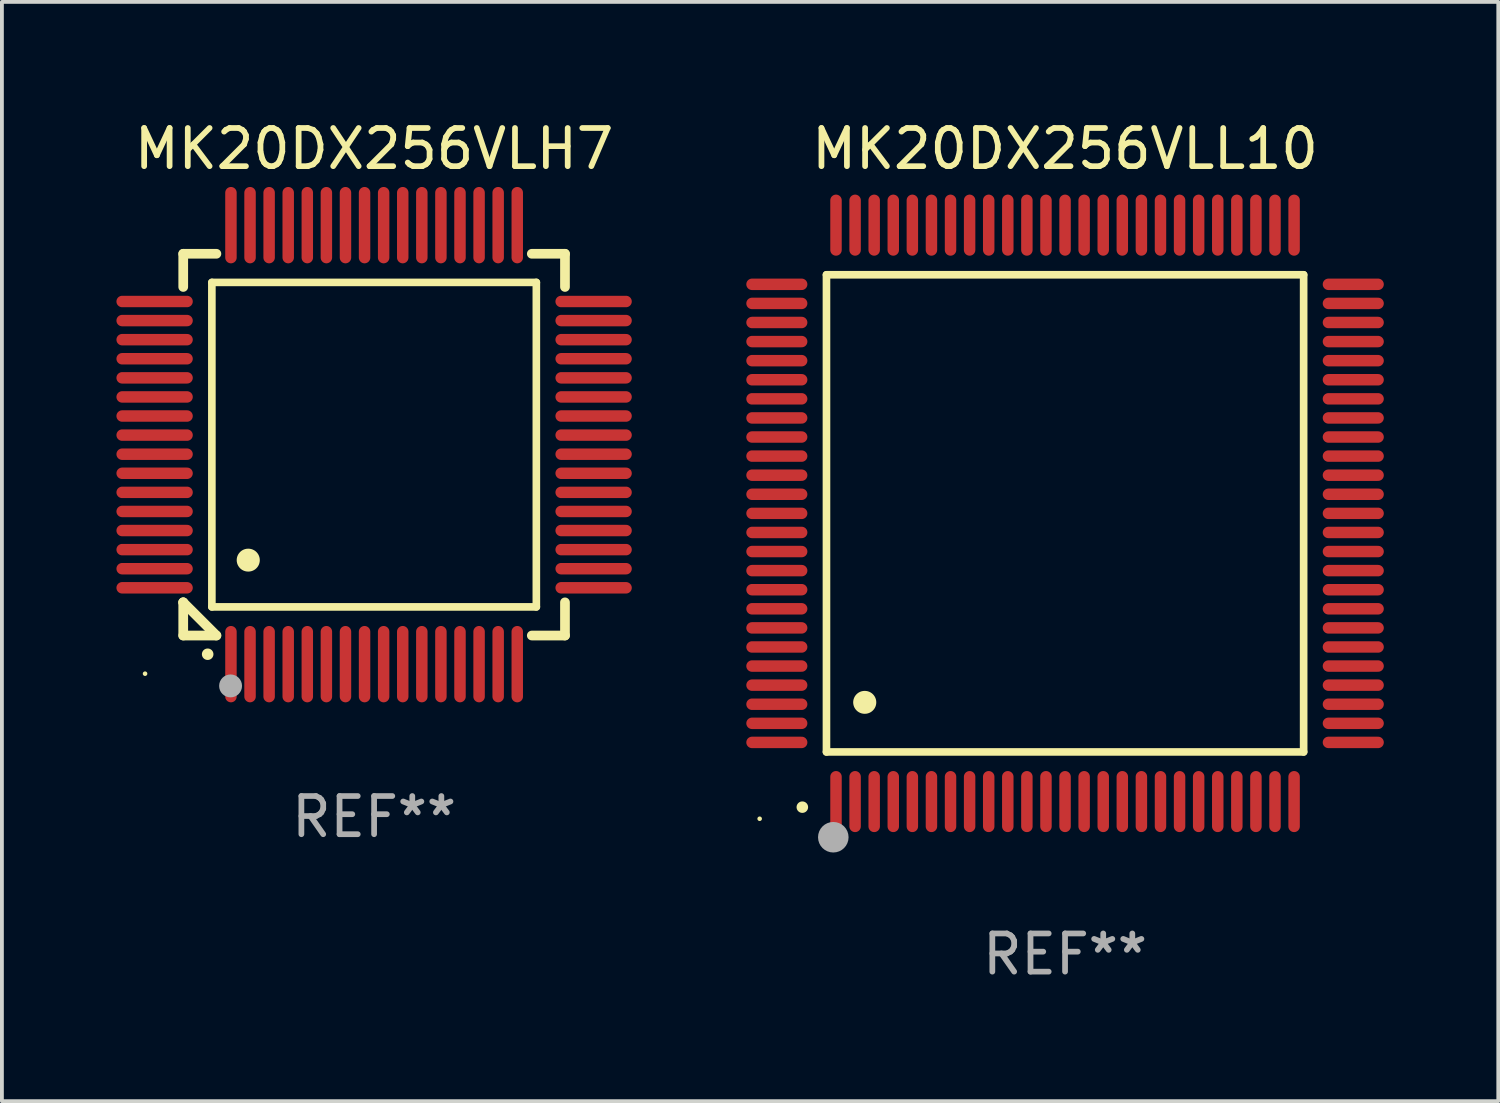
<source format=kicad_pcb>
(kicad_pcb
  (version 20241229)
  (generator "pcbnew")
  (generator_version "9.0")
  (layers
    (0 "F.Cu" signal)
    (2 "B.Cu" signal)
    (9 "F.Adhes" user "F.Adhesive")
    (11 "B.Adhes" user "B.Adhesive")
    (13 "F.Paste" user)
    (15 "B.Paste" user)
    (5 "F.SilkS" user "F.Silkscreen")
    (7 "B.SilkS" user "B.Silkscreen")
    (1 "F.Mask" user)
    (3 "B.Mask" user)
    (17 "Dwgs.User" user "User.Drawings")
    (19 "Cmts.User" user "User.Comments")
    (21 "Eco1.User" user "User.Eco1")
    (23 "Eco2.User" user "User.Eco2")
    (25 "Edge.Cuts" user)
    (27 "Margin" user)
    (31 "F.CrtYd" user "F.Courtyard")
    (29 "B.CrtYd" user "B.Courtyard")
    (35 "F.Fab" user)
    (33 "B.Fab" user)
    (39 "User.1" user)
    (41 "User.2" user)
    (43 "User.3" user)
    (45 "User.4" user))
  (footprint "MK20DX256VLL10"
    (layer "F.Cu")
    (at 24.85 10.398)
    (property "Reference" "MK20DX256VLL10" (at 0 -9.55 0) (layer "F.SilkS") (effects (font (size 1 1) (thickness 0.15))))
    (attr through_hole)
    (fp_line (start -6.25 -6.25) (end -6.25 6.25) (stroke (width 0.2) (type solid)) (layer "F.SilkS"))
    (fp_line (start -6.25 6.25) (end 6.25 6.25) (stroke (width 0.2) (type solid)) (layer "F.SilkS"))
    (fp_line (start 6.25 -6.25) (end -6.25 -6.25) (stroke (width 0.2) (type solid)) (layer "F.SilkS"))
    (fp_line (start 6.25 6.25) (end 6.25 -6.25) (stroke (width 0.2) (type solid)) (layer "F.SilkS"))
    (fp_arc (start -6.883414 7.696215) (mid -6.882144 7.69621) (end -6.880874 7.696215) (stroke (width 0.3) (type solid)) (layer "F.SilkS"))
    (fp_arc (start -5.250191 4.95047) (mid -5.247651 4.950459) (end -5.245111 4.95047) (stroke (width 0.6) (type solid)) (layer "F.SilkS"))
    (fp_circle (center -8 8) (end -7.97 8) (stroke (width 0.06) (type solid)) (fill no) (layer "F.SilkS"))
    (fp_circle (center -6.071 8.484) (end -5.871 8.484) (stroke (width 0.4) (type solid)) (fill no) (layer "F.Fab"))
    (fp_text user "REF**" (at 0 11.55 0) (layer "F.Fab") (effects (font (size 1 1) (thickness 0.15))))
    (pad "1" smd oval (at -6 7.55) (size 0.3 1.6) (layers "F.Cu" "F.Mask" "F.Paste"))
    (pad "2" smd oval (at -5.5 7.55) (size 0.3 1.6) (layers "F.Cu" "F.Mask" "F.Paste"))
    (pad "3" smd oval (at -5 7.55) (size 0.3 1.6) (layers "F.Cu" "F.Mask" "F.Paste"))
    (pad "4" smd oval (at -4.5 7.55) (size 0.3 1.6) (layers "F.Cu" "F.Mask" "F.Paste"))
    (pad "5" smd oval (at -4 7.55) (size 0.3 1.6) (layers "F.Cu" "F.Mask" "F.Paste"))
    (pad "6" smd oval (at -3.5 7.55) (size 0.3 1.6) (layers "F.Cu" "F.Mask" "F.Paste"))
    (pad "7" smd oval (at -3 7.55) (size 0.3 1.6) (layers "F.Cu" "F.Mask" "F.Paste"))
    (pad "8" smd oval (at -2.5 7.55) (size 0.3 1.6) (layers "F.Cu" "F.Mask" "F.Paste"))
    (pad "9" smd oval (at -2 7.55) (size 0.3 1.6) (layers "F.Cu" "F.Mask" "F.Paste"))
    (pad "10" smd oval (at -1.5 7.55) (size 0.3 1.6) (layers "F.Cu" "F.Mask" "F.Paste"))
    (pad "11" smd oval (at -1 7.55) (size 0.3 1.6) (layers "F.Cu" "F.Mask" "F.Paste"))
    (pad "12" smd oval (at -0.5 7.55) (size 0.3 1.6) (layers "F.Cu" "F.Mask" "F.Paste"))
    (pad "13" smd oval (at 0 7.55) (size 0.3 1.6) (layers "F.Cu" "F.Mask" "F.Paste"))
    (pad "14" smd oval (at 0.5 7.55) (size 0.3 1.6) (layers "F.Cu" "F.Mask" "F.Paste"))
    (pad "15" smd oval (at 1 7.55) (size 0.3 1.6) (layers "F.Cu" "F.Mask" "F.Paste"))
    (pad "16" smd oval (at 1.5 7.55) (size 0.3 1.6) (layers "F.Cu" "F.Mask" "F.Paste"))
    (pad "17" smd oval (at 2 7.55) (size 0.3 1.6) (layers "F.Cu" "F.Mask" "F.Paste"))
    (pad "18" smd oval (at 2.5 7.55) (size 0.3 1.6) (layers "F.Cu" "F.Mask" "F.Paste"))
    (pad "19" smd oval (at 3 7.55) (size 0.3 1.6) (layers "F.Cu" "F.Mask" "F.Paste"))
    (pad "20" smd oval (at 3.5 7.55) (size 0.3 1.6) (layers "F.Cu" "F.Mask" "F.Paste"))
    (pad "21" smd oval (at 4 7.55) (size 0.3 1.6) (layers "F.Cu" "F.Mask" "F.Paste"))
    (pad "22" smd oval (at 4.5 7.55) (size 0.3 1.6) (layers "F.Cu" "F.Mask" "F.Paste"))
    (pad "23" smd oval (at 5 7.55) (size 0.3 1.6) (layers "F.Cu" "F.Mask" "F.Paste"))
    (pad "24" smd oval (at 5.5 7.55) (size 0.3 1.6) (layers "F.Cu" "F.Mask" "F.Paste"))
    (pad "25" smd oval (at 6 7.55) (size 0.3 1.6) (layers "F.Cu" "F.Mask" "F.Paste"))
    (pad "26" smd oval (at 7.55 6) (size 1.6 0.3) (layers "F.Cu" "F.Mask" "F.Paste"))
    (pad "27" smd oval (at 7.55 5.5) (size 1.6 0.3) (layers "F.Cu" "F.Mask" "F.Paste"))
    (pad "28" smd oval (at 7.55 5) (size 1.6 0.3) (layers "F.Cu" "F.Mask" "F.Paste"))
    (pad "29" smd oval (at 7.55 4.5) (size 1.6 0.3) (layers "F.Cu" "F.Mask" "F.Paste"))
    (pad "30" smd oval (at 7.55 4) (size 1.6 0.3) (layers "F.Cu" "F.Mask" "F.Paste"))
    (pad "31" smd oval (at 7.55 3.5) (size 1.6 0.3) (layers "F.Cu" "F.Mask" "F.Paste"))
    (pad "32" smd oval (at 7.55 3) (size 1.6 0.3) (layers "F.Cu" "F.Mask" "F.Paste"))
    (pad "33" smd oval (at 7.55 2.5) (size 1.6 0.3) (layers "F.Cu" "F.Mask" "F.Paste"))
    (pad "34" smd oval (at 7.55 2) (size 1.6 0.3) (layers "F.Cu" "F.Mask" "F.Paste"))
    (pad "35" smd oval (at 7.55 1.5) (size 1.6 0.3) (layers "F.Cu" "F.Mask" "F.Paste"))
    (pad "36" smd oval (at 7.55 1) (size 1.6 0.3) (layers "F.Cu" "F.Mask" "F.Paste"))
    (pad "37" smd oval (at 7.55 0.5) (size 1.6 0.3) (layers "F.Cu" "F.Mask" "F.Paste"))
    (pad "38" smd oval (at 7.55 0) (size 1.6 0.3) (layers "F.Cu" "F.Mask" "F.Paste"))
    (pad "39" smd oval (at 7.55 -0.5) (size 1.6 0.3) (layers "F.Cu" "F.Mask" "F.Paste"))
    (pad "40" smd oval (at 7.55 -1) (size 1.6 0.3) (layers "F.Cu" "F.Mask" "F.Paste"))
    (pad "41" smd oval (at 7.55 -1.5) (size 1.6 0.3) (layers "F.Cu" "F.Mask" "F.Paste"))
    (pad "42" smd oval (at 7.55 -2) (size 1.6 0.3) (layers "F.Cu" "F.Mask" "F.Paste"))
    (pad "43" smd oval (at 7.55 -2.5) (size 1.6 0.3) (layers "F.Cu" "F.Mask" "F.Paste"))
    (pad "44" smd oval (at 7.55 -3) (size 1.6 0.3) (layers "F.Cu" "F.Mask" "F.Paste"))
    (pad "45" smd oval (at 7.55 -3.5) (size 1.6 0.3) (layers "F.Cu" "F.Mask" "F.Paste"))
    (pad "46" smd oval (at 7.55 -4) (size 1.6 0.3) (layers "F.Cu" "F.Mask" "F.Paste"))
    (pad "47" smd oval (at 7.55 -4.5) (size 1.6 0.3) (layers "F.Cu" "F.Mask" "F.Paste"))
    (pad "48" smd oval (at 7.55 -5) (size 1.6 0.3) (layers "F.Cu" "F.Mask" "F.Paste"))
    (pad "49" smd oval (at 7.55 -5.5) (size 1.6 0.3) (layers "F.Cu" "F.Mask" "F.Paste"))
    (pad "50" smd oval (at 7.55 -6) (size 1.6 0.3) (layers "F.Cu" "F.Mask" "F.Paste"))
    (pad "51" smd oval (at 6 -7.55) (size 0.3 1.6) (layers "F.Cu" "F.Mask" "F.Paste"))
    (pad "52" smd oval (at 5.5 -7.55) (size 0.3 1.6) (layers "F.Cu" "F.Mask" "F.Paste"))
    (pad "53" smd oval (at 5 -7.55) (size 0.3 1.6) (layers "F.Cu" "F.Mask" "F.Paste"))
    (pad "54" smd oval (at 4.5 -7.55) (size 0.3 1.6) (layers "F.Cu" "F.Mask" "F.Paste"))
    (pad "55" smd oval (at 4 -7.55) (size 0.3 1.6) (layers "F.Cu" "F.Mask" "F.Paste"))
    (pad "56" smd oval (at 3.5 -7.55) (size 0.3 1.6) (layers "F.Cu" "F.Mask" "F.Paste"))
    (pad "57" smd oval (at 3 -7.55) (size 0.3 1.6) (layers "F.Cu" "F.Mask" "F.Paste"))
    (pad "58" smd oval (at 2.5 -7.55) (size 0.3 1.6) (layers "F.Cu" "F.Mask" "F.Paste"))
    (pad "59" smd oval (at 2 -7.55) (size 0.3 1.6) (layers "F.Cu" "F.Mask" "F.Paste"))
    (pad "60" smd oval (at 1.5 -7.55) (size 0.3 1.6) (layers "F.Cu" "F.Mask" "F.Paste"))
    (pad "61" smd oval (at 1 -7.55) (size 0.3 1.6) (layers "F.Cu" "F.Mask" "F.Paste"))
    (pad "62" smd oval (at 0.5 -7.55) (size 0.3 1.6) (layers "F.Cu" "F.Mask" "F.Paste"))
    (pad "63" smd oval (at 0 -7.55) (size 0.3 1.6) (layers "F.Cu" "F.Mask" "F.Paste"))
    (pad "64" smd oval (at -0.5 -7.55) (size 0.3 1.6) (layers "F.Cu" "F.Mask" "F.Paste"))
    (pad "65" smd oval (at -1 -7.55) (size 0.3 1.6) (layers "F.Cu" "F.Mask" "F.Paste"))
    (pad "66" smd oval (at -1.5 -7.55) (size 0.3 1.6) (layers "F.Cu" "F.Mask" "F.Paste"))
    (pad "67" smd oval (at -2 -7.55) (size 0.3 1.6) (layers "F.Cu" "F.Mask" "F.Paste"))
    (pad "68" smd oval (at -2.5 -7.55) (size 0.3 1.6) (layers "F.Cu" "F.Mask" "F.Paste"))
    (pad "69" smd oval (at -3 -7.55) (size 0.3 1.6) (layers "F.Cu" "F.Mask" "F.Paste"))
    (pad "70" smd oval (at -3.5 -7.55) (size 0.3 1.6) (layers "F.Cu" "F.Mask" "F.Paste"))
    (pad "71" smd oval (at -4 -7.55) (size 0.3 1.6) (layers "F.Cu" "F.Mask" "F.Paste"))
    (pad "72" smd oval (at -4.5 -7.55) (size 0.3 1.6) (layers "F.Cu" "F.Mask" "F.Paste"))
    (pad "73" smd oval (at -5 -7.55) (size 0.3 1.6) (layers "F.Cu" "F.Mask" "F.Paste"))
    (pad "74" smd oval (at -5.5 -7.55) (size 0.3 1.6) (layers "F.Cu" "F.Mask" "F.Paste"))
    (pad "75" smd oval (at -6 -7.55) (size 0.3 1.6) (layers "F.Cu" "F.Mask" "F.Paste"))
    (pad "76" smd oval (at -7.55 -6) (size 1.6 0.3) (layers "F.Cu" "F.Mask" "F.Paste"))
    (pad "77" smd oval (at -7.55 -5.5) (size 1.6 0.3) (layers "F.Cu" "F.Mask" "F.Paste"))
    (pad "78" smd oval (at -7.55 -5) (size 1.6 0.3) (layers "F.Cu" "F.Mask" "F.Paste"))
    (pad "79" smd oval (at -7.55 -4.5) (size 1.6 0.3) (layers "F.Cu" "F.Mask" "F.Paste"))
    (pad "80" smd oval (at -7.55 -4) (size 1.6 0.3) (layers "F.Cu" "F.Mask" "F.Paste"))
    (pad "81" smd oval (at -7.55 -3.5) (size 1.6 0.3) (layers "F.Cu" "F.Mask" "F.Paste"))
    (pad "82" smd oval (at -7.55 -3) (size 1.6 0.3) (layers "F.Cu" "F.Mask" "F.Paste"))
    (pad "83" smd oval (at -7.55 -2.5) (size 1.6 0.3) (layers "F.Cu" "F.Mask" "F.Paste"))
    (pad "84" smd oval (at -7.55 -2) (size 1.6 0.3) (layers "F.Cu" "F.Mask" "F.Paste"))
    (pad "85" smd oval (at -7.55 -1.5) (size 1.6 0.3) (layers "F.Cu" "F.Mask" "F.Paste"))
    (pad "86" smd oval (at -7.55 -1) (size 1.6 0.3) (layers "F.Cu" "F.Mask" "F.Paste"))
    (pad "87" smd oval (at -7.55 -0.5) (size 1.6 0.3) (layers "F.Cu" "F.Mask" "F.Paste"))
    (pad "88" smd oval (at -7.55 0) (size 1.6 0.3) (layers "F.Cu" "F.Mask" "F.Paste"))
    (pad "89" smd oval (at -7.55 0.5) (size 1.6 0.3) (layers "F.Cu" "F.Mask" "F.Paste"))
    (pad "90" smd oval (at -7.55 1) (size 1.6 0.3) (layers "F.Cu" "F.Mask" "F.Paste"))
    (pad "91" smd oval (at -7.55 1.5) (size 1.6 0.3) (layers "F.Cu" "F.Mask" "F.Paste"))
    (pad "92" smd oval (at -7.55 2) (size 1.6 0.3) (layers "F.Cu" "F.Mask" "F.Paste"))
    (pad "93" smd oval (at -7.55 2.5) (size 1.6 0.3) (layers "F.Cu" "F.Mask" "F.Paste"))
    (pad "94" smd oval (at -7.55 3) (size 1.6 0.3) (layers "F.Cu" "F.Mask" "F.Paste"))
    (pad "95" smd oval (at -7.55 3.5) (size 1.6 0.3) (layers "F.Cu" "F.Mask" "F.Paste"))
    (pad "96" smd oval (at -7.55 4) (size 1.6 0.3) (layers "F.Cu" "F.Mask" "F.Paste"))
    (pad "97" smd oval (at -7.55 4.5) (size 1.6 0.3) (layers "F.Cu" "F.Mask" "F.Paste"))
    (pad "98" smd oval (at -7.55 5) (size 1.6 0.3) (layers "F.Cu" "F.Mask" "F.Paste"))
    (pad "99" smd oval (at -7.55 5.5) (size 1.6 0.3) (layers "F.Cu" "F.Mask" "F.Paste"))
    (pad "100" smd oval (at -7.55 6) (size 1.6 0.3) (layers "F.Cu" "F.Mask" "F.Paste")))
  (footprint "MK20DX256VLH7"
    (layer "F.Cu")
    (at 6.75 8.598)
    (property "Reference" "MK20DX256VLH7" (at 0 -7.75 0) (layer "F.SilkS") (effects (font (size 1 1) (thickness 0.15))))
    (attr through_hole)
    (fp_line (start -5 -5) (end -4.131 -5) (stroke (width 0.254) (type solid)) (layer "F.SilkS"))
    (fp_line (start -5 -4.131) (end -5 -5) (stroke (width 0.254) (type solid)) (layer "F.SilkS"))
    (fp_line (start -5 4.131) (end -5 4.131) (stroke (width 0.254) (type solid)) (layer "F.SilkS"))
    (fp_line (start -5 5) (end -5 4.131) (stroke (width 0.254) (type solid)) (layer "F.SilkS"))
    (fp_line (start -5 4.131) (end -4.131 5) (stroke (width 0.254) (type solid)) (layer "F.SilkS"))
    (fp_line (start -4.25 -4.25) (end -4.25 4.25) (stroke (width 0.2) (type solid)) (layer "F.SilkS"))
    (fp_line (start -4.25 4.25) (end 4.25 4.25) (stroke (width 0.2) (type solid)) (layer "F.SilkS"))
    (fp_line (start -4.131 5) (end -5 5) (stroke (width 0.254) (type solid)) (layer "F.SilkS"))
    (fp_line (start 4.25 -4.25) (end -4.25 -4.25) (stroke (width 0.2) (type solid)) (layer "F.SilkS"))
    (fp_line (start 4.25 4.25) (end 4.25 -4.25) (stroke (width 0.2) (type solid)) (layer "F.SilkS"))
    (fp_line (start 5 -5) (end 4.131 -5) (stroke (width 0.254) (type solid)) (layer "F.SilkS"))
    (fp_line (start 5 -5) (end 5 -4.131) (stroke (width 0.254) (type solid)) (layer "F.SilkS"))
    (fp_line (start 5 4.131) (end 5 5) (stroke (width 0.254) (type solid)) (layer "F.SilkS"))
    (fp_line (start 5 5) (end 4.131 5) (stroke (width 0.254) (type solid)) (layer "F.SilkS"))
    (fp_arc (start -4.361265 5.489992) (mid -4.359995 5.489987) (end -4.358725 5.489992) (stroke (width 0.3) (type solid)) (layer "F.SilkS"))
    (fp_arc (start -3.299467 3.025146) (mid -3.296927 3.025135) (end -3.294387 3.025146) (stroke (width 0.6) (type solid)) (layer "F.SilkS"))
    (fp_circle (center -6 6) (end -5.97 6) (stroke (width 0.06) (type solid)) (fill no) (layer "F.SilkS"))
    (fp_circle (center -3.76 6.32) (end -3.61 6.32) (stroke (width 0.3) (type solid)) (fill no) (layer "F.Fab"))
    (fp_text user "REF**" (at 0 9.75 0) (layer "F.Fab") (effects (font (size 1 1) (thickness 0.15))))
    (pad "1" smd oval (at -3.75 5.75) (size 0.3 2) (layers "F.Cu" "F.Mask" "F.Paste"))
    (pad "2" smd oval (at -3.25 5.75) (size 0.3 2) (layers "F.Cu" "F.Mask" "F.Paste"))
    (pad "3" smd oval (at -2.75 5.75) (size 0.3 2) (layers "F.Cu" "F.Mask" "F.Paste"))
    (pad "4" smd oval (at -2.25 5.75) (size 0.3 2) (layers "F.Cu" "F.Mask" "F.Paste"))
    (pad "5" smd oval (at -1.75 5.75) (size 0.3 2) (layers "F.Cu" "F.Mask" "F.Paste"))
    (pad "6" smd oval (at -1.25 5.75) (size 0.3 2) (layers "F.Cu" "F.Mask" "F.Paste"))
    (pad "7" smd oval (at -0.75 5.75) (size 0.3 2) (layers "F.Cu" "F.Mask" "F.Paste"))
    (pad "8" smd oval (at -0.25 5.75) (size 0.3 2) (layers "F.Cu" "F.Mask" "F.Paste"))
    (pad "9" smd oval (at 0.25 5.75) (size 0.3 2) (layers "F.Cu" "F.Mask" "F.Paste"))
    (pad "10" smd oval (at 0.75 5.75) (size 0.3 2) (layers "F.Cu" "F.Mask" "F.Paste"))
    (pad "11" smd oval (at 1.25 5.75) (size 0.3 2) (layers "F.Cu" "F.Mask" "F.Paste"))
    (pad "12" smd oval (at 1.75 5.75) (size 0.3 2) (layers "F.Cu" "F.Mask" "F.Paste"))
    (pad "13" smd oval (at 2.25 5.75) (size 0.3 2) (layers "F.Cu" "F.Mask" "F.Paste"))
    (pad "14" smd oval (at 2.75 5.75) (size 0.3 2) (layers "F.Cu" "F.Mask" "F.Paste"))
    (pad "15" smd oval (at 3.25 5.75) (size 0.3 2) (layers "F.Cu" "F.Mask" "F.Paste"))
    (pad "16" smd oval (at 3.75 5.75) (size 0.3 2) (layers "F.Cu" "F.Mask" "F.Paste"))
    (pad "17" smd oval (at 5.75 3.75) (size 2 0.3) (layers "F.Cu" "F.Mask" "F.Paste"))
    (pad "18" smd oval (at 5.75 3.25) (size 2 0.3) (layers "F.Cu" "F.Mask" "F.Paste"))
    (pad "19" smd oval (at 5.75 2.75) (size 2 0.3) (layers "F.Cu" "F.Mask" "F.Paste"))
    (pad "20" smd oval (at 5.75 2.25) (size 2 0.3) (layers "F.Cu" "F.Mask" "F.Paste"))
    (pad "21" smd oval (at 5.75 1.75) (size 2 0.3) (layers "F.Cu" "F.Mask" "F.Paste"))
    (pad "22" smd oval (at 5.75 1.25) (size 2 0.3) (layers "F.Cu" "F.Mask" "F.Paste"))
    (pad "23" smd oval (at 5.75 0.75) (size 2 0.3) (layers "F.Cu" "F.Mask" "F.Paste"))
    (pad "24" smd oval (at 5.75 0.25) (size 2 0.3) (layers "F.Cu" "F.Mask" "F.Paste"))
    (pad "25" smd oval (at 5.75 -0.25) (size 2 0.3) (layers "F.Cu" "F.Mask" "F.Paste"))
    (pad "26" smd oval (at 5.75 -0.75) (size 2 0.3) (layers "F.Cu" "F.Mask" "F.Paste"))
    (pad "27" smd oval (at 5.75 -1.25) (size 2 0.3) (layers "F.Cu" "F.Mask" "F.Paste"))
    (pad "28" smd oval (at 5.75 -1.75) (size 2 0.3) (layers "F.Cu" "F.Mask" "F.Paste"))
    (pad "29" smd oval (at 5.75 -2.25) (size 2 0.3) (layers "F.Cu" "F.Mask" "F.Paste"))
    (pad "30" smd oval (at 5.75 -2.75) (size 2 0.3) (layers "F.Cu" "F.Mask" "F.Paste"))
    (pad "31" smd oval (at 5.75 -3.25) (size 2 0.3) (layers "F.Cu" "F.Mask" "F.Paste"))
    (pad "32" smd oval (at 5.75 -3.75) (size 2 0.3) (layers "F.Cu" "F.Mask" "F.Paste"))
    (pad "33" smd oval (at 3.75 -5.75) (size 0.3 2) (layers "F.Cu" "F.Mask" "F.Paste"))
    (pad "34" smd oval (at 3.25 -5.75) (size 0.3 2) (layers "F.Cu" "F.Mask" "F.Paste"))
    (pad "35" smd oval (at 2.75 -5.75) (size 0.3 2) (layers "F.Cu" "F.Mask" "F.Paste"))
    (pad "36" smd oval (at 2.25 -5.75) (size 0.3 2) (layers "F.Cu" "F.Mask" "F.Paste"))
    (pad "37" smd oval (at 1.75 -5.75) (size 0.3 2) (layers "F.Cu" "F.Mask" "F.Paste"))
    (pad "38" smd oval (at 1.25 -5.75) (size 0.3 2) (layers "F.Cu" "F.Mask" "F.Paste"))
    (pad "39" smd oval (at 0.75 -5.75) (size 0.3 2) (layers "F.Cu" "F.Mask" "F.Paste"))
    (pad "40" smd oval (at 0.25 -5.75) (size 0.3 2) (layers "F.Cu" "F.Mask" "F.Paste"))
    (pad "41" smd oval (at -0.25 -5.75) (size 0.3 2) (layers "F.Cu" "F.Mask" "F.Paste"))
    (pad "42" smd oval (at -0.75 -5.75) (size 0.3 2) (layers "F.Cu" "F.Mask" "F.Paste"))
    (pad "43" smd oval (at -1.25 -5.75) (size 0.3 2) (layers "F.Cu" "F.Mask" "F.Paste"))
    (pad "44" smd oval (at -1.75 -5.75) (size 0.3 2) (layers "F.Cu" "F.Mask" "F.Paste"))
    (pad "45" smd oval (at -2.25 -5.75) (size 0.3 2) (layers "F.Cu" "F.Mask" "F.Paste"))
    (pad "46" smd oval (at -2.75 -5.75) (size 0.3 2) (layers "F.Cu" "F.Mask" "F.Paste"))
    (pad "47" smd oval (at -3.25 -5.75) (size 0.3 2) (layers "F.Cu" "F.Mask" "F.Paste"))
    (pad "48" smd oval (at -3.75 -5.75) (size 0.3 2) (layers "F.Cu" "F.Mask" "F.Paste"))
    (pad "49" smd oval (at -5.75 -3.75) (size 2 0.3) (layers "F.Cu" "F.Mask" "F.Paste"))
    (pad "50" smd oval (at -5.75 -3.25) (size 2 0.3) (layers "F.Cu" "F.Mask" "F.Paste"))
    (pad "51" smd oval (at -5.75 -2.75) (size 2 0.3) (layers "F.Cu" "F.Mask" "F.Paste"))
    (pad "52" smd oval (at -5.75 -2.25) (size 2 0.3) (layers "F.Cu" "F.Mask" "F.Paste"))
    (pad "53" smd oval (at -5.75 -1.75) (size 2 0.3) (layers "F.Cu" "F.Mask" "F.Paste"))
    (pad "54" smd oval (at -5.75 -1.25) (size 2 0.3) (layers "F.Cu" "F.Mask" "F.Paste"))
    (pad "55" smd oval (at -5.75 -0.75) (size 2 0.3) (layers "F.Cu" "F.Mask" "F.Paste"))
    (pad "56" smd oval (at -5.75 -0.25) (size 2 0.3) (layers "F.Cu" "F.Mask" "F.Paste"))
    (pad "57" smd oval (at -5.75 0.25) (size 2 0.3) (layers "F.Cu" "F.Mask" "F.Paste"))
    (pad "58" smd oval (at -5.75 0.75) (size 2 0.3) (layers "F.Cu" "F.Mask" "F.Paste"))
    (pad "59" smd oval (at -5.75 1.25) (size 2 0.3) (layers "F.Cu" "F.Mask" "F.Paste"))
    (pad "60" smd oval (at -5.75 1.75) (size 2 0.3) (layers "F.Cu" "F.Mask" "F.Paste"))
    (pad "61" smd oval (at -5.75 2.25) (size 2 0.3) (layers "F.Cu" "F.Mask" "F.Paste"))
    (pad "62" smd oval (at -5.75 2.75) (size 2 0.3) (layers "F.Cu" "F.Mask" "F.Paste"))
    (pad "63" smd oval (at -5.75 3.25) (size 2 0.3) (layers "F.Cu" "F.Mask" "F.Paste"))
    (pad "64" smd oval (at -5.75 3.75) (size 2 0.3) (layers "F.Cu" "F.Mask" "F.Paste")))
  (gr_rect
    (start -3 -3)
    (end 36.199 25.796)
    (stroke (width 0.1) (type default))
    (fill no)
    (layer "Edge.Cuts")))
</source>
